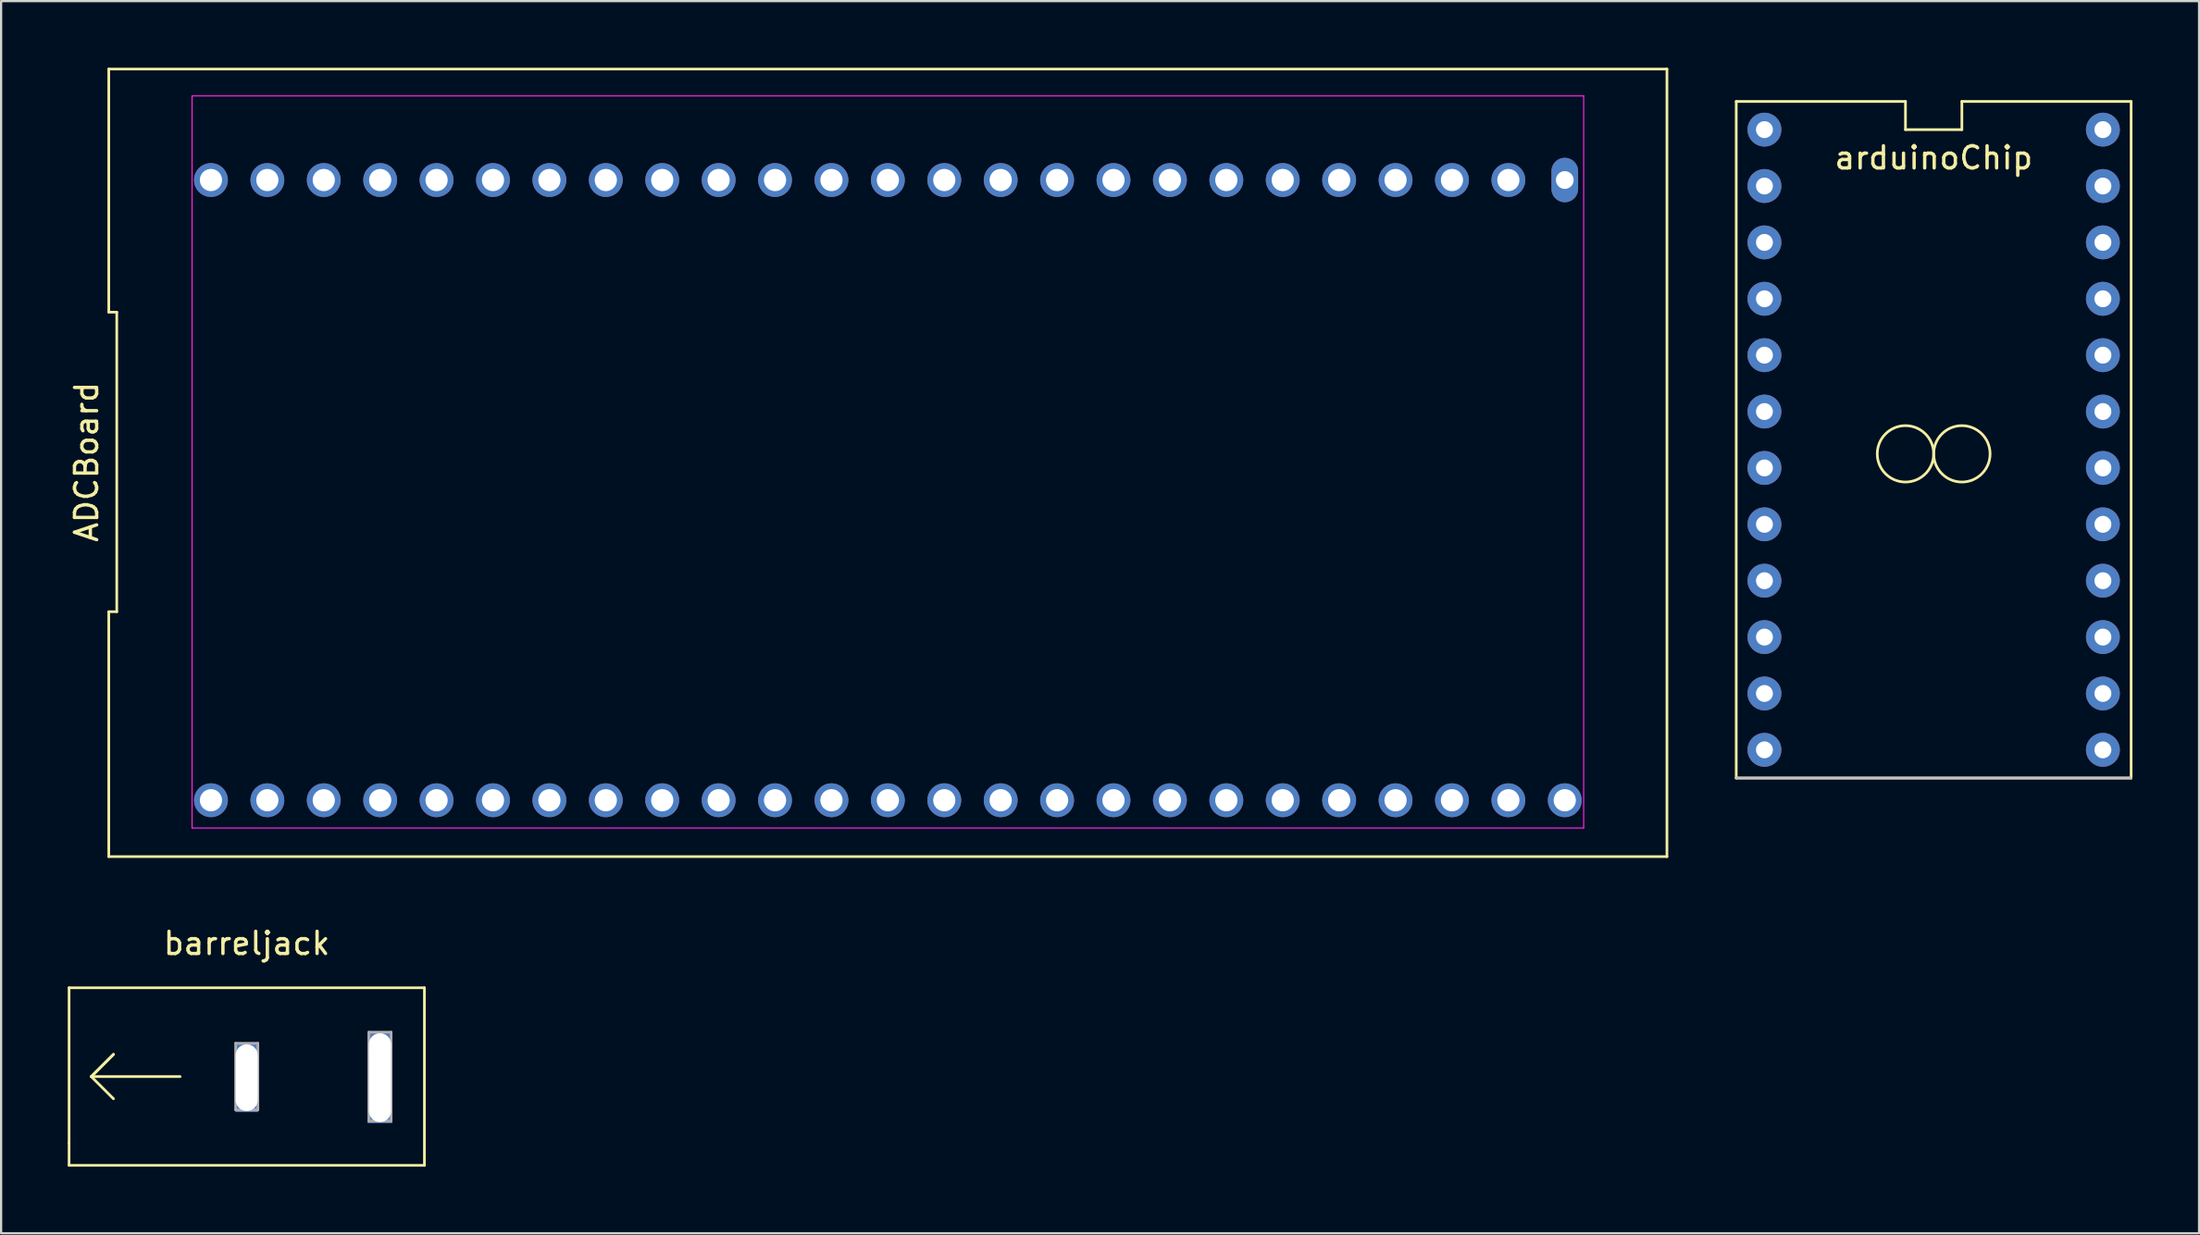
<source format=kicad_pcb>
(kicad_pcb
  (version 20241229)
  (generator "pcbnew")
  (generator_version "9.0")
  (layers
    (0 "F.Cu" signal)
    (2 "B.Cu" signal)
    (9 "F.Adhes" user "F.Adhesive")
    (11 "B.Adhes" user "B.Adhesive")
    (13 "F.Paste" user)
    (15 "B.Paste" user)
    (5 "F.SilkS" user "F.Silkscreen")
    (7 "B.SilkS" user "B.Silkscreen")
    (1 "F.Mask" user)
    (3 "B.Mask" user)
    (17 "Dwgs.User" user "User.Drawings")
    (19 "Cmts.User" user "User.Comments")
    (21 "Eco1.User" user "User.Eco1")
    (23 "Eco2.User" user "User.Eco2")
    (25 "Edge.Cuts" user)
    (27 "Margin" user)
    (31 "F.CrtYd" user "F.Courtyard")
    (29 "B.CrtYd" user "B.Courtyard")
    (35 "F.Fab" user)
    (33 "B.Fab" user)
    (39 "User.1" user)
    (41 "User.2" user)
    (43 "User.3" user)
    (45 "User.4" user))
  (footprint "barreljack"
    (layer "F.Cu")
    (at 8.06 42.448)
    (property "Reference" "barreljack" (at 0 -3 0) (layer "F.SilkS") (effects (font (size 1 1) (thickness 0.15))))
    (attr through_hole)
    (fp_line (start -8 -1) (end -8 6) (stroke (width 0.12) (type solid)) (layer "F.SilkS"))
    (fp_line (start -8 6) (end -8 7) (stroke (width 0.12) (type solid)) (layer "F.SilkS"))
    (fp_line (start -8 7) (end 8 7) (stroke (width 0.12) (type solid)) (layer "F.SilkS"))
    (fp_line (start -7 3) (end -6 2) (stroke (width 0.12) (type solid)) (layer "F.SilkS"))
    (fp_line (start -7 3) (end -6 4) (stroke (width 0.12) (type solid)) (layer "F.SilkS"))
    (fp_line (start -6 2) (end -7 3) (stroke (width 0.12) (type solid)) (layer "F.SilkS"))
    (fp_line (start -3 3) (end -7 3) (stroke (width 0.12) (type solid)) (layer "F.SilkS"))
    (fp_line (start 8 -1) (end -8 -1) (stroke (width 0.12) (type solid)) (layer "F.SilkS"))
    (fp_line (start 8 7) (end 8 -1) (stroke (width 0.12) (type solid)) (layer "F.SilkS"))
    (fp_line (start -0.5 1.5) (end 0.5 1.5) (stroke (width 0.12) (type solid)) (layer "F.Fab"))
    (fp_line (start -0.5 4.5) (end -0.5 1.5) (stroke (width 0.12) (type solid)) (layer "F.Fab"))
    (fp_line (start 0.5 1.5) (end 0.5 4.5) (stroke (width 0.12) (type solid)) (layer "F.Fab"))
    (fp_line (start 0.5 4.5) (end -0.5 4.5) (stroke (width 0.12) (type solid)) (layer "F.Fab"))
    (fp_line (start 5.5 1) (end 6.5 1) (stroke (width 0.12) (type solid)) (layer "F.Fab"))
    (fp_line (start 5.5 2) (end 5.5 1) (stroke (width 0.12) (type solid)) (layer "F.Fab"))
    (fp_line (start 5.5 5) (end 5.5 2) (stroke (width 0.12) (type solid)) (layer "F.Fab"))
    (fp_line (start 6.5 2) (end 6.5 1) (stroke (width 0.12) (type solid)) (layer "F.Fab"))
    (fp_line (start 6.5 2) (end 6.5 5) (stroke (width 0.12) (type solid)) (layer "F.Fab"))
    (fp_line (start 6.5 5) (end 5.5 5) (stroke (width 0.12) (type solid)) (layer "F.Fab"))
    (pad "5V" thru_hole rect (at 6 3.048) (size 1.1 4.1) (drill oval 1 4) (layers "*.Cu" "*.Mask"))
    (pad "GND" thru_hole rect (at 0 3.048) (size 1 3.1) (drill oval 1 3) (layers "*.Cu" "*.Mask")))
  (footprint "arduinoChip"
    (layer "F.Cu")
    (at 84.018 0.25)
    (property "Reference" "arduinoChip" (at 0 3.81 0) (layer "F.SilkS") (effects (font (size 1 1) (thickness 0.15))))
    (attr through_hole)
    (fp_line (start -8.89 1.27) (end -1.27 1.27) (stroke (width 0.12) (type solid)) (layer "F.SilkS"))
    (fp_line (start -8.89 31.75) (end -8.89 1.27) (stroke (width 0.12) (type solid)) (layer "F.SilkS"))
    (fp_line (start -1.27 1.27) (end -1.27 2.54) (stroke (width 0.12) (type solid)) (layer "F.SilkS"))
    (fp_line (start -1.27 2.54) (end 1.27 2.54) (stroke (width 0.12) (type solid)) (layer "F.SilkS"))
    (fp_line (start 1.27 1.27) (end 8.89 1.27) (stroke (width 0.12) (type solid)) (layer "F.SilkS"))
    (fp_line (start 1.27 2.54) (end 1.27 1.27) (stroke (width 0.12) (type solid)) (layer "F.SilkS"))
    (fp_line (start 8.89 1.27) (end 8.89 31.75) (stroke (width 0.12) (type solid)) (layer "F.SilkS"))
    (fp_line (start 8.89 31.75) (end -8.89 31.75) (stroke (width 0.12) (type solid)) (layer "F.SilkS"))
    (fp_circle (center -1.27 17.145) (end 0 17.145) (stroke (width 0.12) (type solid)) (fill no) (layer "F.SilkS"))
    (fp_circle (center 1.27 17.145) (end 1.27 15.875) (stroke (width 0.12) (type solid)) (fill no) (layer "F.SilkS"))
    (fp_line (start 8.89 31.75) (end -8.89 31.75) (stroke (width 0.12) (type solid)) (layer "Dwgs.User"))
    (pad "1" thru_hole circle (at -7.62 2.54) (size 1.524 1.524) (drill 0.762) (layers "*.Cu" "*.Mask"))
    (pad "2" thru_hole circle (at -7.62 5.08) (size 1.524 1.524) (drill 0.762) (layers "*.Cu" "*.Mask"))
    (pad "3" thru_hole circle (at -7.62 7.62) (size 1.524 1.524) (drill 0.762) (layers "*.Cu" "*.Mask"))
    (pad "4" thru_hole circle (at -7.62 10.16) (size 1.524 1.524) (drill 0.762) (layers "*.Cu" "*.Mask"))
    (pad "5" thru_hole circle (at -7.62 12.7) (size 1.524 1.524) (drill 0.762) (layers "*.Cu" "*.Mask"))
    (pad "6" thru_hole circle (at -7.62 15.24) (size 1.524 1.524) (drill 0.762) (layers "*.Cu" "*.Mask"))
    (pad "7" thru_hole circle (at -7.62 17.78) (size 1.524 1.524) (drill 0.762) (layers "*.Cu" "*.Mask"))
    (pad "8" thru_hole circle (at -7.62 20.32) (size 1.524 1.524) (drill 0.762) (layers "*.Cu" "*.Mask"))
    (pad "9" thru_hole circle (at -7.62 22.86) (size 1.524 1.524) (drill 0.762) (layers "*.Cu" "*.Mask"))
    (pad "10" thru_hole circle (at -7.62 25.4) (size 1.524 1.524) (drill 0.762) (layers "*.Cu" "*.Mask"))
    (pad "11" thru_hole circle (at -7.62 27.94) (size 1.524 1.524) (drill 0.762) (layers "*.Cu" "*.Mask"))
    (pad "12" thru_hole circle (at -7.62 30.48) (size 1.524 1.524) (drill 0.762) (layers "*.Cu" "*.Mask"))
    (pad "13" thru_hole circle (at 7.62 30.48) (size 1.524 1.524) (drill 0.762) (layers "*.Cu" "*.Mask"))
    (pad "14" thru_hole circle (at 7.62 27.94) (size 1.524 1.524) (drill 0.762) (layers "*.Cu" "*.Mask"))
    (pad "15" thru_hole circle (at 7.62 25.4) (size 1.524 1.524) (drill 0.762) (layers "*.Cu" "*.Mask"))
    (pad "16" thru_hole circle (at 7.62 22.86) (size 1.524 1.524) (drill 0.762) (layers "*.Cu" "*.Mask"))
    (pad "17" thru_hole circle (at 7.62 20.32) (size 1.524 1.524) (drill 0.762) (layers "*.Cu" "*.Mask"))
    (pad "18" thru_hole circle (at 7.62 17.78) (size 1.524 1.524) (drill 0.762) (layers "*.Cu" "*.Mask"))
    (pad "19" thru_hole circle (at 7.62 15.24) (size 1.524 1.524) (drill 0.762) (layers "*.Cu" "*.Mask"))
    (pad "20" thru_hole circle (at 7.62 12.7) (size 1.524 1.524) (drill 0.762) (layers "*.Cu" "*.Mask"))
    (pad "21" thru_hole circle (at 7.62 10.16) (size 1.524 1.524) (drill 0.762) (layers "*.Cu" "*.Mask"))
    (pad "22" thru_hole circle (at 7.62 7.62) (size 1.524 1.524) (drill 0.762) (layers "*.Cu" "*.Mask"))
    (pad "23" thru_hole circle (at 7.62 5.08) (size 1.524 1.524) (drill 0.762) (layers "*.Cu" "*.Mask"))
    (pad "24" thru_hole circle (at 7.62 2.54) (size 1.524 1.524) (drill 0.762) (layers "*.Cu" "*.Mask")))
  (footprint "ADCBoard"
    (layer "F.Cu")
    (at 36.928 17.76)
    (property "Reference" "ADCBoard" (at -36.08 0 90) (layer "F.SilkS") (effects (font (size 1 1) (thickness 0.15))))
    (attr through_hole)
    (fp_line (start -35.08 -6.747) (end -35.08 -17.7) (stroke (width 0.12) (type solid)) (layer "F.SilkS"))
    (fp_line (start -35.08 -6.747) (end -34.72 -6.747) (stroke (width 0.12) (type solid)) (layer "F.SilkS"))
    (fp_line (start -35.08 6.747) (end -35.08 17.78) (stroke (width 0.12) (type solid)) (layer "F.SilkS"))
    (fp_line (start -35.08 17.78) (end 35.08 17.78) (stroke (width 0.12) (type solid)) (layer "F.SilkS"))
    (fp_line (start -34.72 -6.747) (end -34.72 6.747) (stroke (width 0.12) (type solid)) (layer "F.SilkS"))
    (fp_line (start -34.72 6.747) (end -35.08 6.747) (stroke (width 0.12) (type solid)) (layer "F.SilkS"))
    (fp_line (start 35.08 -17.7) (end -35.08 -17.7) (stroke (width 0.12) (type solid)) (layer "F.SilkS"))
    (fp_line (start 35.08 17.78) (end 35.08 -17.7) (stroke (width 0.12) (type solid)) (layer "F.SilkS"))
    (fp_line (start -31.33 -16.49) (end 31.33 -16.49) (stroke (width 0.05) (type solid)) (layer "F.CrtYd"))
    (fp_line (start -31.33 16.49) (end -31.33 -16.49) (stroke (width 0.05) (type solid)) (layer "F.CrtYd"))
    (fp_line (start 31.33 -16.49) (end 31.33 16.49) (stroke (width 0.05) (type solid)) (layer "F.CrtYd"))
    (fp_line (start 31.33 16.49) (end -31.33 16.49) (stroke (width 0.05) (type solid)) (layer "F.CrtYd"))
    (pad "1" thru_hole circle (at -30.48 15.24) (size 1.524 1.524) (drill 1) (layers "*.Cu" "*.Mask"))
    (pad "2" thru_hole circle (at -27.94 15.24) (size 1.524 1.524) (drill 1) (layers "*.Cu" "*.Mask"))
    (pad "3" thru_hole circle (at -25.4 15.24) (size 1.524 1.524) (drill 1) (layers "*.Cu" "*.Mask"))
    (pad "4" thru_hole circle (at -22.86 15.24) (size 1.524 1.524) (drill 1) (layers "*.Cu" "*.Mask"))
    (pad "5" thru_hole circle (at -20.32 15.24) (size 1.524 1.524) (drill 1) (layers "*.Cu" "*.Mask"))
    (pad "6" thru_hole circle (at -17.78 15.24) (size 1.524 1.524) (drill 1) (layers "*.Cu" "*.Mask"))
    (pad "7" thru_hole circle (at -15.24 15.24) (size 1.524 1.524) (drill 1) (layers "*.Cu" "*.Mask"))
    (pad "8" thru_hole circle (at -12.7 15.24) (size 1.524 1.524) (drill 1) (layers "*.Cu" "*.Mask"))
    (pad "9" thru_hole circle (at -10.16 15.24) (size 1.524 1.524) (drill 1) (layers "*.Cu" "*.Mask"))
    (pad "10" thru_hole circle (at -7.62 15.24) (size 1.524 1.524) (drill 1) (layers "*.Cu" "*.Mask"))
    (pad "11" thru_hole circle (at -5.08 15.24) (size 1.524 1.524) (drill 1) (layers "*.Cu" "*.Mask"))
    (pad "12" thru_hole circle (at -2.54 15.24) (size 1.524 1.524) (drill 1) (layers "*.Cu" "*.Mask"))
    (pad "13" thru_hole circle (at 0 15.24) (size 1.524 1.524) (drill 1) (layers "*.Cu" "*.Mask"))
    (pad "14" thru_hole circle (at 2.54 15.24) (size 1.524 1.524) (drill 1) (layers "*.Cu" "*.Mask"))
    (pad "15" thru_hole circle (at 5.08 15.24) (size 1.524 1.524) (drill 1) (layers "*.Cu" "*.Mask"))
    (pad "16" thru_hole circle (at 7.62 15.24) (size 1.524 1.524) (drill 1) (layers "*.Cu" "*.Mask"))
    (pad "17" thru_hole circle (at 10.16 15.24) (size 1.524 1.524) (drill 1) (layers "*.Cu" "*.Mask"))
    (pad "18" thru_hole circle (at 12.7 15.24) (size 1.524 1.524) (drill 1) (layers "*.Cu" "*.Mask"))
    (pad "19" thru_hole circle (at 15.24 15.24) (size 1.524 1.524) (drill 1) (layers "*.Cu" "*.Mask"))
    (pad "20" thru_hole circle (at 17.78 15.24) (size 1.524 1.524) (drill 1) (layers "*.Cu" "*.Mask"))
    (pad "21" thru_hole circle (at 20.32 15.24) (size 1.524 1.524) (drill 1) (layers "*.Cu" "*.Mask"))
    (pad "22" thru_hole circle (at 22.86 15.24) (size 1.524 1.524) (drill 1) (layers "*.Cu" "*.Mask"))
    (pad "23" thru_hole circle (at 25.4 15.24) (size 1.524 1.524) (drill 1) (layers "*.Cu" "*.Mask"))
    (pad "24" thru_hole circle (at 27.94 15.24) (size 1.524 1.524) (drill 1) (layers "*.Cu" "*.Mask"))
    (pad "25" thru_hole circle (at 30.48 15.24) (size 1.524 1.524) (drill 1) (layers "*.Cu" "*.Mask"))
    (pad "26" thru_hole oval (at 30.48 -12.7) (size 1.2 2) (drill 0.8) (layers "*.Cu" "*.Mask"))
    (pad "27" thru_hole circle (at 27.94 -12.7) (size 1.524 1.524) (drill 1) (layers "*.Cu" "*.Mask"))
    (pad "28" thru_hole circle (at 25.4 -12.7) (size 1.524 1.524) (drill 1) (layers "*.Cu" "*.Mask"))
    (pad "29" thru_hole circle (at 22.86 -12.7) (size 1.524 1.524) (drill 1) (layers "*.Cu" "*.Mask"))
    (pad "30" thru_hole circle (at 20.32 -12.7) (size 1.524 1.524) (drill 1) (layers "*.Cu" "*.Mask"))
    (pad "31" thru_hole circle (at 17.78 -12.7) (size 1.524 1.524) (drill 1) (layers "*.Cu" "*.Mask"))
    (pad "32" thru_hole circle (at 15.24 -12.7) (size 1.524 1.524) (drill 1) (layers "*.Cu" "*.Mask"))
    (pad "33" thru_hole circle (at 12.7 -12.7) (size 1.524 1.524) (drill 1) (layers "*.Cu" "*.Mask"))
    (pad "34" thru_hole circle (at 10.16 -12.7) (size 1.524 1.524) (drill 1) (layers "*.Cu" "*.Mask"))
    (pad "35" thru_hole circle (at 7.62 -12.7) (size 1.524 1.524) (drill 1) (layers "*.Cu" "*.Mask"))
    (pad "36" thru_hole circle (at 5.08 -12.7) (size 1.524 1.524) (drill 1) (layers "*.Cu" "*.Mask"))
    (pad "37" thru_hole circle (at 2.54 -12.7) (size 1.524 1.524) (drill 1) (layers "*.Cu" "*.Mask"))
    (pad "38" thru_hole circle (at 0 -12.7) (size 1.524 1.524) (drill 1) (layers "*.Cu" "*.Mask"))
    (pad "39" thru_hole circle (at -2.54 -12.7) (size 1.524 1.524) (drill 1) (layers "*.Cu" "*.Mask"))
    (pad "40" thru_hole circle (at -5.08 -12.7) (size 1.524 1.524) (drill 1) (layers "*.Cu" "*.Mask"))
    (pad "41" thru_hole circle (at -7.62 -12.7) (size 1.524 1.524) (drill 1) (layers "*.Cu" "*.Mask"))
    (pad "42" thru_hole circle (at -10.16 -12.7) (size 1.524 1.524) (drill 1) (layers "*.Cu" "*.Mask"))
    (pad "43" thru_hole circle (at -12.7 -12.7) (size 1.524 1.524) (drill 1) (layers "*.Cu" "*.Mask"))
    (pad "44" thru_hole circle (at -15.24 -12.7) (size 1.524 1.524) (drill 1) (layers "*.Cu" "*.Mask"))
    (pad "45" thru_hole circle (at -17.78 -12.7) (size 1.524 1.524) (drill 1) (layers "*.Cu" "*.Mask"))
    (pad "46" thru_hole circle (at -20.32 -12.7) (size 1.524 1.524) (drill 1) (layers "*.Cu" "*.Mask"))
    (pad "47" thru_hole circle (at -22.86 -12.7) (size 1.524 1.524) (drill 1) (layers "*.Cu" "*.Mask"))
    (pad "48" thru_hole circle (at -25.4 -12.7) (size 1.524 1.524) (drill 1) (layers "*.Cu" "*.Mask"))
    (pad "49" thru_hole circle (at -27.94 -12.7) (size 1.524 1.524) (drill 1) (layers "*.Cu" "*.Mask"))
    (pad "50" thru_hole circle (at -30.48 -12.7) (size 1.524 1.524) (drill 1) (layers "*.Cu" "*.Mask")))
  (gr_rect
    (start -3 -3)
    (end 95.968 52.508)
    (stroke (width 0.1) (type default))
    (fill no)
    (layer "Edge.Cuts")))
</source>
